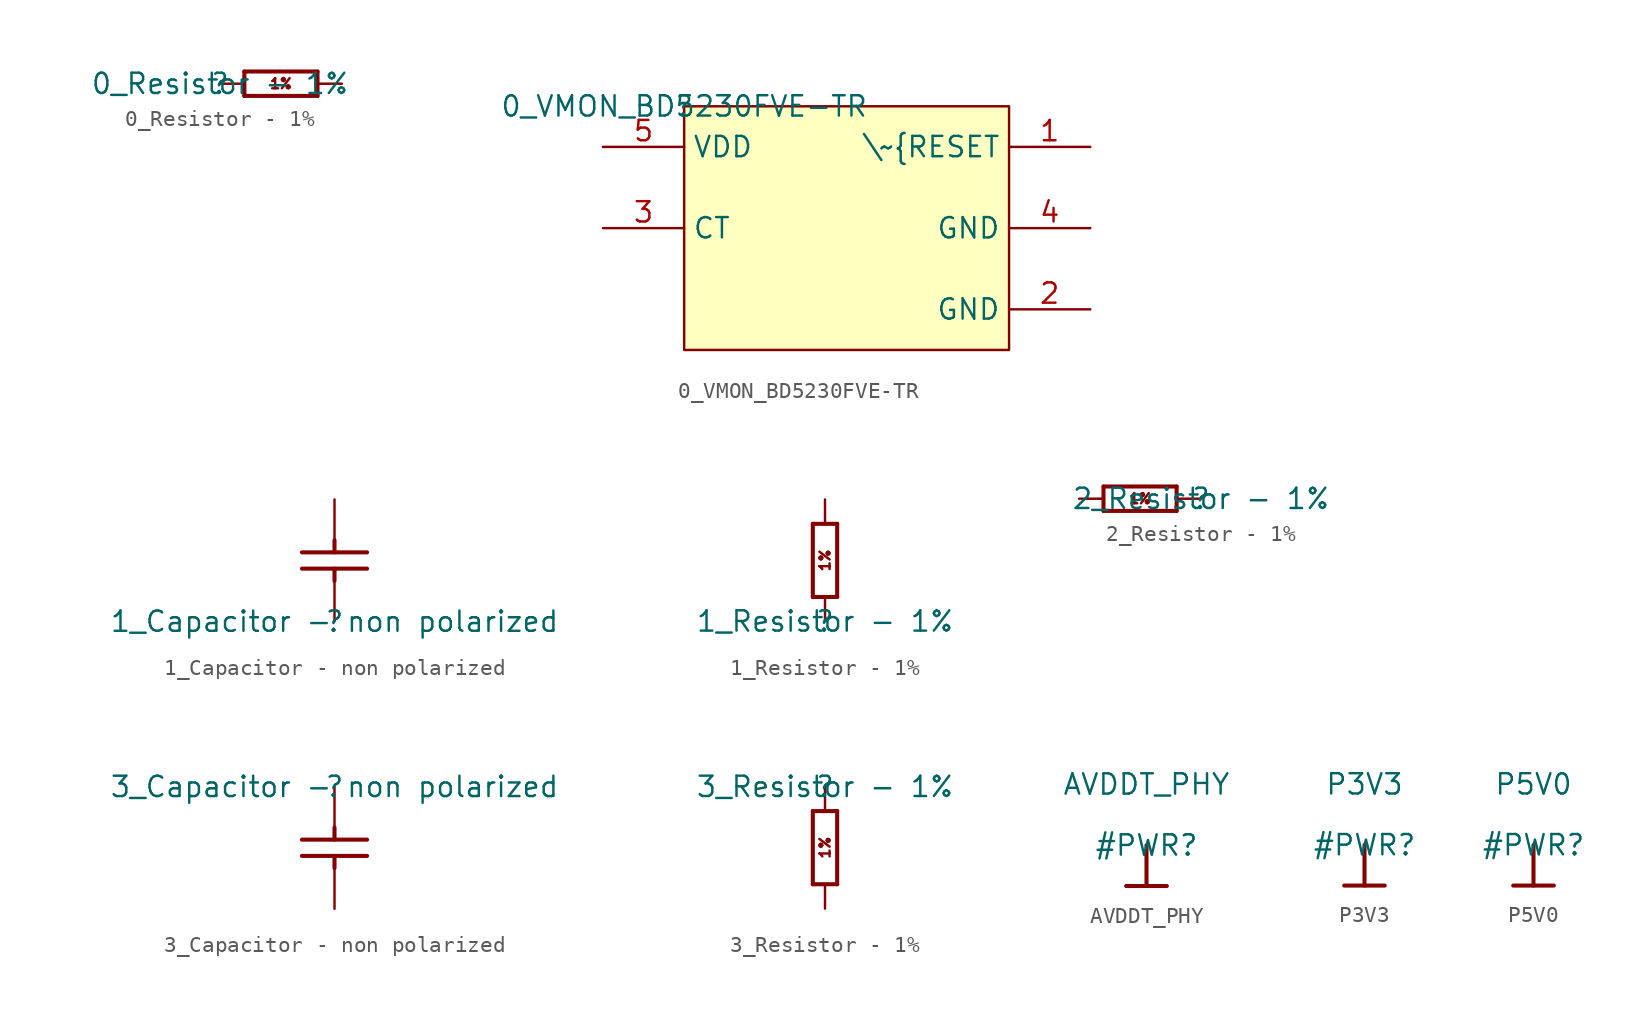
<source format=kicad_sym>
(kicad_symbol_lib
  (version 20220331)
  (generator kicad_symbol_editor)
  (symbol "0_Resistor - 1%"
    (property "Reference" ""
      (at 0 0 0)
      (effects (font (size 1.27 1.27))))
    (property "Value" "0_Resistor - 1%"
      (at 0 0 0)
      (effects (font (size 1.27 1.27))))
    (symbol "0_Resistor - 1%_1_0"
      (polyline (pts (xy 1.524 -0.762) (xy 6.096 -0.762)) (stroke (width 0.254) (type solid)) (fill (type none)))
      (polyline (pts (xy 1.524 0.762) (xy 1.524 -0.762)) (stroke (width 0.254) (type solid)) (fill (type none)))
      (polyline (pts (xy 6.096 -0.762) (xy 6.096 0.762)) (stroke (width 0.254) (type solid)) (fill (type none)))
      (polyline (pts (xy 6.096 0.762) (xy 1.524 0.762)) (stroke (width 0.254) (type solid)) (fill (type none)))
      (text "1%" (at 3.81 0 0) (effects (font (size 0.635 0.635))))
      (pin passive line (at 0 0 0) (length 1.524) (name "1" (effects (font (size 0 0)))) (number "1" (effects (font (size 0 0)))))
      (pin passive line (at 7.62 0 180) (length 1.524) (name "2" (effects (font (size 0 0)))) (number "2" (effects (font (size 0 0)))))))
  (symbol "0_VMON_BD5230FVE-TR"
    (property "Reference" ""
      (at 0 0 0)
      (effects (font (size 1.27 1.27))))
    (property "Value" "0_VMON_BD5230FVE-TR"
      (at 0 0 0)
      (effects (font (size 1.27 1.27))))
    (symbol "0_VMON_BD5230FVE-TR_1_0"
      (rectangle (start 20.32 0) (end 0 -15.24) (stroke (width 0) (type solid)) (fill (type background)))
      (pin output line (at 25.4 -2.54 180) (length 5.08) (name "\\~{RESET" (effects (font (size 1.27 1.27)))) (number "1" (effects (font (size 1.27 1.27)))))
      (pin power_in line (at 25.4 -12.7 180) (length 5.08) (name "GND" (effects (font (size 1.27 1.27)))) (number "2" (effects (font (size 1.27 1.27)))))
      (pin passive line (at -5.08 -7.62 0) (length 5.08) (name "CT" (effects (font (size 1.27 1.27)))) (number "3" (effects (font (size 1.27 1.27)))))
      (pin power_in line (at 25.4 -7.62 180) (length 5.08) (name "GND" (effects (font (size 1.27 1.27)))) (number "4" (effects (font (size 1.27 1.27)))))
      (pin power_in line (at -5.08 -2.54 0) (length 5.08) (name "VDD" (effects (font (size 1.27 1.27)))) (number "5" (effects (font (size 1.27 1.27)))))))
  (symbol "1_Capacitor - non polarized"
    (property "Reference" ""
      (at 0 0 0)
      (effects (font (size 1.27 1.27))))
    (property "Value" "1_Capacitor - non polarized"
      (at 0 0 0)
      (effects (font (size 1.27 1.27))))
    (symbol "1_Capacitor - non polarized_1_0"
      (polyline (pts (xy -2.032 4.318) (xy 2.032 4.318)) (stroke (width 0.254) (type solid)) (fill (type none)))
      (polyline (pts (xy 0 2.54) (xy 0 3.302)) (stroke (width 0.254) (type solid)) (fill (type none)))
      (polyline (pts (xy 0 5.08) (xy 0 4.318)) (stroke (width 0.254) (type solid)) (fill (type none)))
      (polyline (pts (xy 2.032 3.302) (xy -2.032 3.302)) (stroke (width 0.254) (type solid)) (fill (type none)))
      (pin passive line (at 0 0 90) (length 2.54) (name "1" (effects (font (size 0 0)))) (number "1" (effects (font (size 0 0)))))
      (pin passive line (at 0 7.62 270) (length 2.54) (name "2" (effects (font (size 0 0)))) (number "2" (effects (font (size 0 0)))))))
  (symbol "1_Resistor - 1%"
    (property "Reference" ""
      (at 0 0 0)
      (effects (font (size 1.27 1.27))))
    (property "Value" "1_Resistor - 1%"
      (at 0 0 0)
      (effects (font (size 1.27 1.27))))
    (symbol "1_Resistor - 1%_1_0"
      (polyline (pts (xy -0.762 1.524) (xy 0.762 1.524)) (stroke (width 0.254) (type solid)) (fill (type none)))
      (polyline (pts (xy -0.762 6.096) (xy -0.762 1.524)) (stroke (width 0.254) (type solid)) (fill (type none)))
      (polyline (pts (xy 0.762 1.524) (xy 0.762 6.096)) (stroke (width 0.254) (type solid)) (fill (type none)))
      (polyline (pts (xy 0.762 6.096) (xy -0.762 6.096)) (stroke (width 0.254) (type solid)) (fill (type none)))
      (text "1%" (at 0 3.81 900) (effects (font (size 0.635 0.635))))
      (pin passive line (at 0 0 90) (length 1.524) (name "1" (effects (font (size 0 0)))) (number "1" (effects (font (size 0 0)))))
      (pin passive line (at 0 7.62 270) (length 1.524) (name "2" (effects (font (size 0 0)))) (number "2" (effects (font (size 0 0)))))))
  (symbol "2_Resistor - 1%"
    (property "Reference" ""
      (at 0 0 0)
      (effects (font (size 1.27 1.27))))
    (property "Value" "2_Resistor - 1%"
      (at 0 0 0)
      (effects (font (size 1.27 1.27))))
    (symbol "2_Resistor - 1%_1_0"
      (polyline (pts (xy -6.096 -0.762) (xy -1.524 -0.762)) (stroke (width 0.254) (type solid)) (fill (type none)))
      (polyline (pts (xy -6.096 0.762) (xy -6.096 -0.762)) (stroke (width 0.254) (type solid)) (fill (type none)))
      (polyline (pts (xy -1.524 -0.762) (xy -1.524 0.762)) (stroke (width 0.254) (type solid)) (fill (type none)))
      (polyline (pts (xy -1.524 0.762) (xy -6.096 0.762)) (stroke (width 0.254) (type solid)) (fill (type none)))
      (text "1%" (at -3.81 0 0) (effects (font (size 0.635 0.635))))
      (pin passive line (at 0 0 180) (length 1.524) (name "1" (effects (font (size 0 0)))) (number "1" (effects (font (size 0 0)))))
      (pin passive line (at -7.62 0 0) (length 1.524) (name "2" (effects (font (size 0 0)))) (number "2" (effects (font (size 0 0)))))))
  (symbol "3_Capacitor - non polarized"
    (property "Reference" ""
      (at 0 0 0)
      (effects (font (size 1.27 1.27))))
    (property "Value" "3_Capacitor - non polarized"
      (at 0 0 0)
      (effects (font (size 1.27 1.27))))
    (symbol "3_Capacitor - non polarized_1_0"
      (polyline (pts (xy -2.032 -3.302) (xy 2.032 -3.302)) (stroke (width 0.254) (type solid)) (fill (type none)))
      (polyline (pts (xy 0 -5.08) (xy 0 -4.318)) (stroke (width 0.254) (type solid)) (fill (type none)))
      (polyline (pts (xy 0 -2.54) (xy 0 -3.302)) (stroke (width 0.254) (type solid)) (fill (type none)))
      (polyline (pts (xy 2.032 -4.318) (xy -2.032 -4.318)) (stroke (width 0.254) (type solid)) (fill (type none)))
      (pin passive line (at 0 0 270) (length 2.54) (name "1" (effects (font (size 0 0)))) (number "1" (effects (font (size 0 0)))))
      (pin passive line (at 0 -7.62 90) (length 2.54) (name "2" (effects (font (size 0 0)))) (number "2" (effects (font (size 0 0)))))))
  (symbol "3_Resistor - 1%"
    (property "Reference" ""
      (at 0 0 0)
      (effects (font (size 1.27 1.27))))
    (property "Value" "3_Resistor - 1%"
      (at 0 0 0)
      (effects (font (size 1.27 1.27))))
    (symbol "3_Resistor - 1%_1_0"
      (polyline (pts (xy -0.762 -6.096) (xy 0.762 -6.096)) (stroke (width 0.254) (type solid)) (fill (type none)))
      (polyline (pts (xy -0.762 -1.524) (xy -0.762 -6.096)) (stroke (width 0.254) (type solid)) (fill (type none)))
      (polyline (pts (xy 0.762 -6.096) (xy 0.762 -1.524)) (stroke (width 0.254) (type solid)) (fill (type none)))
      (polyline (pts (xy 0.762 -1.524) (xy -0.762 -1.524)) (stroke (width 0.254) (type solid)) (fill (type none)))
      (text "1%" (at 0 -3.81 900) (effects (font (size 0.635 0.635))))
      (pin passive line (at 0 0 270) (length 1.524) (name "1" (effects (font (size 0 0)))) (number "1" (effects (font (size 0 0)))))
      (pin passive line (at 0 -7.62 90) (length 1.524) (name "2" (effects (font (size 0 0)))) (number "2" (effects (font (size 0 0)))))))
  (symbol "AVDDT_PHY"
    (power)
    (property "Reference" "#PWR"
      (at 0 0 0)
      (effects (font (size 1.27 1.27))))
    (property "Value" "AVDDT_PHY"
      (at 0 3.81 0)
      (effects (font (size 1.27 1.27))))
    (symbol "AVDDT_PHY_0_0"
      (polyline (pts (xy -1.27 -2.54) (xy 1.27 -2.54)) (stroke (width 0.254) (type solid)) (fill (type none)))
      (polyline (pts (xy 0 0) (xy 0 -2.54)) (stroke (width 0.254) (type solid)) (fill (type none)))
      (pin power_in line (at 0 0 0) (length 0) hide (name "AVDDT_PHY" (effects (font (size 1.27 1.27)))) (number "" (effects (font (size 1.27 1.27)))))))
  (symbol "P3V3"
    (power)
    (property "Reference" "#PWR"
      (at 0 0 0)
      (effects (font (size 1.27 1.27))))
    (property "Value" "P3V3"
      (at 0 3.81 0)
      (effects (font (size 1.27 1.27))))
    (symbol "P3V3_0_0"
      (polyline (pts (xy -1.27 -2.54) (xy 1.27 -2.54)) (stroke (width 0.254) (type solid)) (fill (type none)))
      (polyline (pts (xy 0 0) (xy 0 -2.54)) (stroke (width 0.254) (type solid)) (fill (type none)))
      (pin power_in line (at 0 0 0) (length 0) hide (name "P3V3" (effects (font (size 1.27 1.27)))) (number "" (effects (font (size 1.27 1.27)))))))
  (symbol "P5V0"
    (power)
    (property "Reference" "#PWR"
      (at 0 0 0)
      (effects (font (size 1.27 1.27))))
    (property "Value" "P5V0"
      (at 0 3.81 0)
      (effects (font (size 1.27 1.27))))
    (symbol "P5V0_0_0"
      (polyline (pts (xy -1.27 -2.54) (xy 1.27 -2.54)) (stroke (width 0.254) (type solid)) (fill (type none)))
      (polyline (pts (xy 0 0) (xy 0 -2.54)) (stroke (width 0.254) (type solid)) (fill (type none)))
      (pin power_in line (at 0 0 0) (length 0) hide (name "P5V0" (effects (font (size 1.27 1.27)))) (number "" (effects (font (size 1.27 1.27))))))))
</source>
